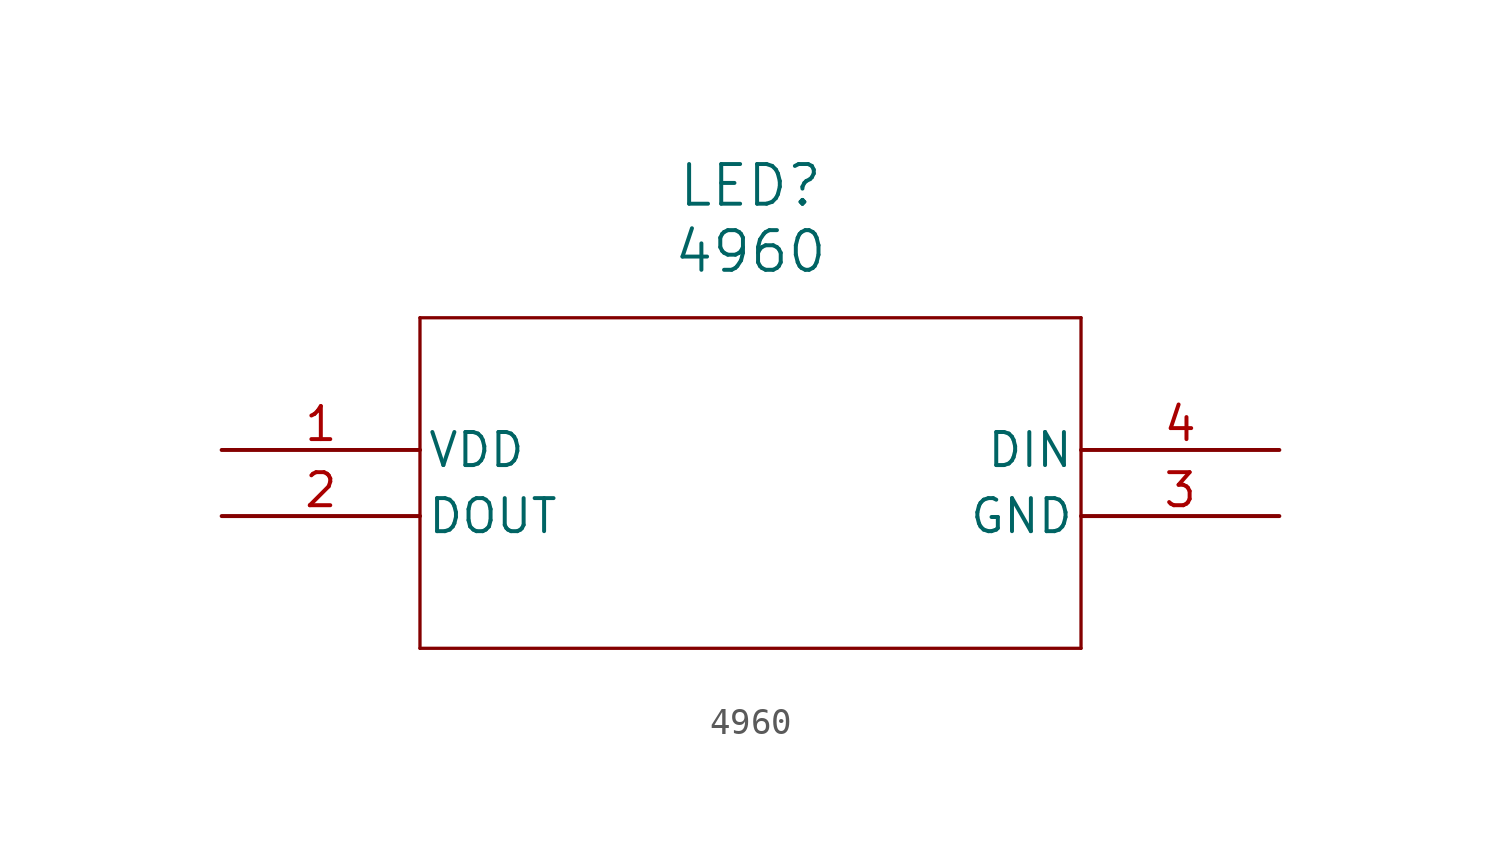
<source format=kicad_sym>
(kicad_symbol_lib
  (version 20231120)
  (generator "kicad_symbol_editor")
  (generator_version "8.0")
  (symbol "4960"
    (pin_names
      (offset 0.254))
    (property "Reference" "LED"
      (at 20.32 10.16 0)
      (effects (font (size 1.524 1.524))))
    (property "Value" "4960"
      (at 20.32 7.62 0)
      (effects (font (size 1.524 1.524))))
    (property "ki_locked" ""
      (at 0 0 0)
      (effects (font (size 1.27 1.27))))
    (symbol "4960_0_1"
      (polyline (pts (xy 7.62 -7.62) (xy 33.02 -7.62)) (stroke (width 0.127) (type default)) (fill (type none)))
      (polyline (pts (xy 7.62 5.08) (xy 7.62 -7.62)) (stroke (width 0.127) (type default)) (fill (type none)))
      (polyline (pts (xy 33.02 -7.62) (xy 33.02 5.08)) (stroke (width 0.127) (type default)) (fill (type none)))
      (polyline (pts (xy 33.02 5.08) (xy 7.62 5.08)) (stroke (width 0.127) (type default)) (fill (type none)))
      (pin power_in line (at 0 0 0) (length 7.62) (name "VDD" (effects (font (size 1.27 1.27)))) (number "1" (effects (font (size 1.27 1.27)))))
      (pin output line (at 0 -2.54 0) (length 7.62) (name "DOUT" (effects (font (size 1.27 1.27)))) (number "2" (effects (font (size 1.27 1.27)))))
      (pin input line (at 40.64 0 180) (length 7.62) (name "DIN" (effects (font (size 1.27 1.27)))) (number "4" (effects (font (size 1.27 1.27))))))
    (symbol "4960_1_1"
      (pin power_in line (at 40.64 -2.54 180) (length 7.62) (name "GND" (effects (font (size 1.27 1.27)))) (number "3" (effects (font (size 1.27 1.27))))))))
</source>
